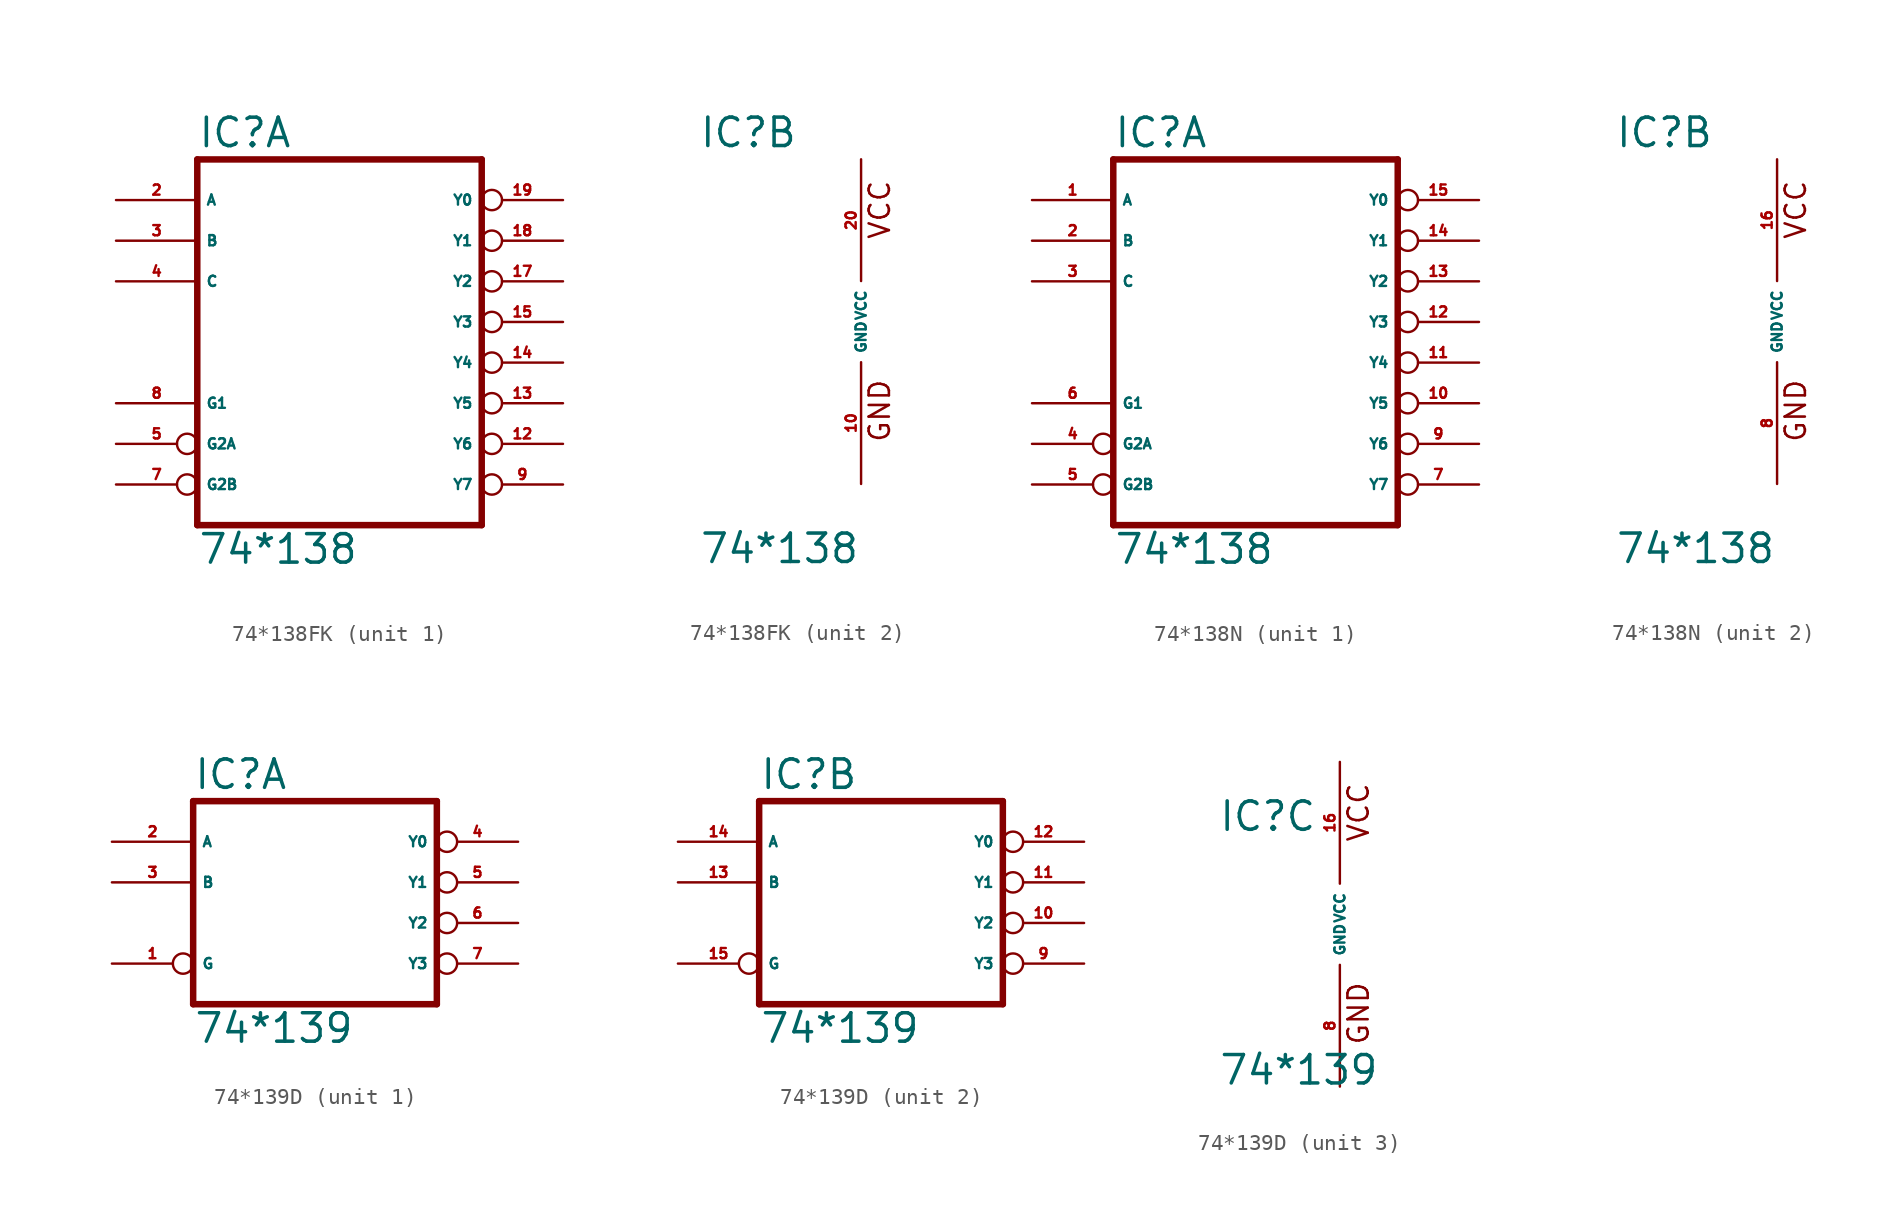
<source format=kicad_sym>
(kicad_symbol_lib
  (version 20220914)
  (generator Eagle2Kicad)
  (symbol "74*138FK"
    (property "Reference" "IC"
      (at -10.16 10.795 0)
      (effects (font (size 1.778 1.778) (thickness 0.22)) (justify left bottom)))
    (property "Value" "74*138"
      (at -10.16 -15.24 0)
      (effects (font (size 1.778 1.778) (thickness 0.22)) (justify left bottom)))
    (symbol "74*138FK_1_0"
      (polyline (pts (xy -10.16 -12.7) (xy 7.62 -12.7)) (stroke (width 0.406) (type default)) (fill (type none)))
      (polyline (pts (xy 7.62 -12.7) (xy 7.62 10.16)) (stroke (width 0.406) (type default)) (fill (type none)))
      (polyline (pts (xy 7.62 10.16) (xy -10.16 10.16)) (stroke (width 0.406) (type default)) (fill (type none)))
      (polyline (pts (xy -10.16 10.16) (xy -10.16 -12.7)) (stroke (width 0.406) (type default)) (fill (type none)))
      (pin input line (at -15.24 7.62 0) (length 5.08) (name "A" (effects (font (size 0.635 0.635) (thickness 0.08)) (justify left bottom))) (number "2" (effects (font (size 0.635 0.635) (thickness 0.08)) (justify left bottom))))
      (pin input line (at -15.24 5.08 0) (length 5.08) (name "B" (effects (font (size 0.635 0.635) (thickness 0.08)) (justify left bottom))) (number "3" (effects (font (size 0.635 0.635) (thickness 0.08)) (justify left bottom))))
      (pin input line (at -15.24 2.54 0) (length 5.08) (name "C" (effects (font (size 0.635 0.635) (thickness 0.08)) (justify left bottom))) (number "4" (effects (font (size 0.635 0.635) (thickness 0.08)) (justify left bottom))))
      (pin input inverted (at -15.24 -7.62 0) (length 5.08) (name "G2A" (effects (font (size 0.635 0.635) (thickness 0.08)) (justify left bottom))) (number "5" (effects (font (size 0.635 0.635) (thickness 0.08)) (justify left bottom))))
      (pin input inverted (at -15.24 -10.16 0) (length 5.08) (name "G2B" (effects (font (size 0.635 0.635) (thickness 0.08)) (justify left bottom))) (number "7" (effects (font (size 0.635 0.635) (thickness 0.08)) (justify left bottom))))
      (pin input line (at -15.24 -5.08 0) (length 5.08) (name "G1" (effects (font (size 0.635 0.635) (thickness 0.08)) (justify left bottom))) (number "8" (effects (font (size 0.635 0.635) (thickness 0.08)) (justify left bottom))))
      (pin output inverted (at 12.7 -10.16 180) (length 5.08) (name "Y7" (effects (font (size 0.635 0.635) (thickness 0.08)) (justify left bottom))) (number "9" (effects (font (size 0.635 0.635) (thickness 0.08)) (justify left bottom))))
      (pin output inverted (at 12.7 -7.62 180) (length 5.08) (name "Y6" (effects (font (size 0.635 0.635) (thickness 0.08)) (justify left bottom))) (number "12" (effects (font (size 0.635 0.635) (thickness 0.08)) (justify left bottom))))
      (pin output inverted (at 12.7 -5.08 180) (length 5.08) (name "Y5" (effects (font (size 0.635 0.635) (thickness 0.08)) (justify left bottom))) (number "13" (effects (font (size 0.635 0.635) (thickness 0.08)) (justify left bottom))))
      (pin output inverted (at 12.7 -2.54 180) (length 5.08) (name "Y4" (effects (font (size 0.635 0.635) (thickness 0.08)) (justify left bottom))) (number "14" (effects (font (size 0.635 0.635) (thickness 0.08)) (justify left bottom))))
      (pin output inverted (at 12.7 0 180) (length 5.08) (name "Y3" (effects (font (size 0.635 0.635) (thickness 0.08)) (justify left bottom))) (number "15" (effects (font (size 0.635 0.635) (thickness 0.08)) (justify left bottom))))
      (pin output inverted (at 12.7 2.54 180) (length 5.08) (name "Y2" (effects (font (size 0.635 0.635) (thickness 0.08)) (justify left bottom))) (number "17" (effects (font (size 0.635 0.635) (thickness 0.08)) (justify left bottom))))
      (pin output inverted (at 12.7 5.08 180) (length 5.08) (name "Y1" (effects (font (size 0.635 0.635) (thickness 0.08)) (justify left bottom))) (number "18" (effects (font (size 0.635 0.635) (thickness 0.08)) (justify left bottom))))
      (pin output inverted (at 12.7 7.62 180) (length 5.08) (name "Y0" (effects (font (size 0.635 0.635) (thickness 0.08)) (justify left bottom))) (number "19" (effects (font (size 0.635 0.635) (thickness 0.08)) (justify left bottom)))))
    (symbol "74*138FK_2_0"
      (text "GND" (at 1.905 -7.62 900) (effects (font (size 1.27 1.27) (thickness 0.16)) (justify left bottom)))
      (text "VCC" (at 1.905 5.08 900) (effects (font (size 1.27 1.27) (thickness 0.16)) (justify left bottom)))
      (pin unspecified line (at 0 -10.16 90) (length 7.62) (name "GND" (effects (font (size 0.635 0.635) (thickness 0.08)) (justify left bottom))) (number "10" (effects (font (size 0.635 0.635) (thickness 0.08)) (justify left bottom))))
      (pin unspecified line (at 0 10.16 270) (length 7.62) (name "VCC" (effects (font (size 0.635 0.635) (thickness 0.08)) (justify left bottom))) (number "20" (effects (font (size 0.635 0.635) (thickness 0.08)) (justify left bottom))))))
  (symbol "74*138N"
    (property "Reference" "IC"
      (at -10.16 10.795 0)
      (effects (font (size 1.778 1.778) (thickness 0.22)) (justify left bottom)))
    (property "Value" "74*138"
      (at -10.16 -15.24 0)
      (effects (font (size 1.778 1.778) (thickness 0.22)) (justify left bottom)))
    (symbol "74*138N_1_0"
      (polyline (pts (xy -10.16 -12.7) (xy 7.62 -12.7)) (stroke (width 0.406) (type default)) (fill (type none)))
      (polyline (pts (xy 7.62 -12.7) (xy 7.62 10.16)) (stroke (width 0.406) (type default)) (fill (type none)))
      (polyline (pts (xy 7.62 10.16) (xy -10.16 10.16)) (stroke (width 0.406) (type default)) (fill (type none)))
      (polyline (pts (xy -10.16 10.16) (xy -10.16 -12.7)) (stroke (width 0.406) (type default)) (fill (type none)))
      (pin input line (at -15.24 7.62 0) (length 5.08) (name "A" (effects (font (size 0.635 0.635) (thickness 0.08)) (justify left bottom))) (number "1" (effects (font (size 0.635 0.635) (thickness 0.08)) (justify left bottom))))
      (pin input line (at -15.24 5.08 0) (length 5.08) (name "B" (effects (font (size 0.635 0.635) (thickness 0.08)) (justify left bottom))) (number "2" (effects (font (size 0.635 0.635) (thickness 0.08)) (justify left bottom))))
      (pin input line (at -15.24 2.54 0) (length 5.08) (name "C" (effects (font (size 0.635 0.635) (thickness 0.08)) (justify left bottom))) (number "3" (effects (font (size 0.635 0.635) (thickness 0.08)) (justify left bottom))))
      (pin input inverted (at -15.24 -7.62 0) (length 5.08) (name "G2A" (effects (font (size 0.635 0.635) (thickness 0.08)) (justify left bottom))) (number "4" (effects (font (size 0.635 0.635) (thickness 0.08)) (justify left bottom))))
      (pin input inverted (at -15.24 -10.16 0) (length 5.08) (name "G2B" (effects (font (size 0.635 0.635) (thickness 0.08)) (justify left bottom))) (number "5" (effects (font (size 0.635 0.635) (thickness 0.08)) (justify left bottom))))
      (pin input line (at -15.24 -5.08 0) (length 5.08) (name "G1" (effects (font (size 0.635 0.635) (thickness 0.08)) (justify left bottom))) (number "6" (effects (font (size 0.635 0.635) (thickness 0.08)) (justify left bottom))))
      (pin output inverted (at 12.7 -10.16 180) (length 5.08) (name "Y7" (effects (font (size 0.635 0.635) (thickness 0.08)) (justify left bottom))) (number "7" (effects (font (size 0.635 0.635) (thickness 0.08)) (justify left bottom))))
      (pin output inverted (at 12.7 -7.62 180) (length 5.08) (name "Y6" (effects (font (size 0.635 0.635) (thickness 0.08)) (justify left bottom))) (number "9" (effects (font (size 0.635 0.635) (thickness 0.08)) (justify left bottom))))
      (pin output inverted (at 12.7 -5.08 180) (length 5.08) (name "Y5" (effects (font (size 0.635 0.635) (thickness 0.08)) (justify left bottom))) (number "10" (effects (font (size 0.635 0.635) (thickness 0.08)) (justify left bottom))))
      (pin output inverted (at 12.7 -2.54 180) (length 5.08) (name "Y4" (effects (font (size 0.635 0.635) (thickness 0.08)) (justify left bottom))) (number "11" (effects (font (size 0.635 0.635) (thickness 0.08)) (justify left bottom))))
      (pin output inverted (at 12.7 0 180) (length 5.08) (name "Y3" (effects (font (size 0.635 0.635) (thickness 0.08)) (justify left bottom))) (number "12" (effects (font (size 0.635 0.635) (thickness 0.08)) (justify left bottom))))
      (pin output inverted (at 12.7 2.54 180) (length 5.08) (name "Y2" (effects (font (size 0.635 0.635) (thickness 0.08)) (justify left bottom))) (number "13" (effects (font (size 0.635 0.635) (thickness 0.08)) (justify left bottom))))
      (pin output inverted (at 12.7 5.08 180) (length 5.08) (name "Y1" (effects (font (size 0.635 0.635) (thickness 0.08)) (justify left bottom))) (number "14" (effects (font (size 0.635 0.635) (thickness 0.08)) (justify left bottom))))
      (pin output inverted (at 12.7 7.62 180) (length 5.08) (name "Y0" (effects (font (size 0.635 0.635) (thickness 0.08)) (justify left bottom))) (number "15" (effects (font (size 0.635 0.635) (thickness 0.08)) (justify left bottom)))))
    (symbol "74*138N_2_0"
      (text "GND" (at 1.905 -7.62 900) (effects (font (size 1.27 1.27) (thickness 0.16)) (justify left bottom)))
      (text "VCC" (at 1.905 5.08 900) (effects (font (size 1.27 1.27) (thickness 0.16)) (justify left bottom)))
      (pin unspecified line (at 0 -10.16 90) (length 7.62) (name "GND" (effects (font (size 0.635 0.635) (thickness 0.08)) (justify left bottom))) (number "8" (effects (font (size 0.635 0.635) (thickness 0.08)) (justify left bottom))))
      (pin unspecified line (at 0 10.16 270) (length 7.62) (name "VCC" (effects (font (size 0.635 0.635) (thickness 0.08)) (justify left bottom))) (number "16" (effects (font (size 0.635 0.635) (thickness 0.08)) (justify left bottom))))))
  (symbol "74*139D"
    (property "Reference" "IC"
      (at -7.62 5.715 0)
      (effects (font (size 1.778 1.778) (thickness 0.22)) (justify left bottom)))
    (property "Value" "74*139"
      (at -7.62 -10.16 0)
      (effects (font (size 1.778 1.778) (thickness 0.22)) (justify left bottom)))
    (symbol "74*139D_1_0"
      (polyline (pts (xy -7.62 -7.62) (xy 7.62 -7.62)) (stroke (width 0.406) (type default)) (fill (type none)))
      (polyline (pts (xy 7.62 -7.62) (xy 7.62 5.08)) (stroke (width 0.406) (type default)) (fill (type none)))
      (polyline (pts (xy 7.62 5.08) (xy -7.62 5.08)) (stroke (width 0.406) (type default)) (fill (type none)))
      (polyline (pts (xy -7.62 5.08) (xy -7.62 -7.62)) (stroke (width 0.406) (type default)) (fill (type none)))
      (pin input inverted (at -12.7 -5.08 0) (length 5.08) (name "G" (effects (font (size 0.635 0.635) (thickness 0.08)) (justify left bottom))) (number "1" (effects (font (size 0.635 0.635) (thickness 0.08)) (justify left bottom))))
      (pin input line (at -12.7 2.54 0) (length 5.08) (name "A" (effects (font (size 0.635 0.635) (thickness 0.08)) (justify left bottom))) (number "2" (effects (font (size 0.635 0.635) (thickness 0.08)) (justify left bottom))))
      (pin input line (at -12.7 0 0) (length 5.08) (name "B" (effects (font (size 0.635 0.635) (thickness 0.08)) (justify left bottom))) (number "3" (effects (font (size 0.635 0.635) (thickness 0.08)) (justify left bottom))))
      (pin output inverted (at 12.7 2.54 180) (length 5.08) (name "Y0" (effects (font (size 0.635 0.635) (thickness 0.08)) (justify left bottom))) (number "4" (effects (font (size 0.635 0.635) (thickness 0.08)) (justify left bottom))))
      (pin output inverted (at 12.7 0 180) (length 5.08) (name "Y1" (effects (font (size 0.635 0.635) (thickness 0.08)) (justify left bottom))) (number "5" (effects (font (size 0.635 0.635) (thickness 0.08)) (justify left bottom))))
      (pin output inverted (at 12.7 -2.54 180) (length 5.08) (name "Y2" (effects (font (size 0.635 0.635) (thickness 0.08)) (justify left bottom))) (number "6" (effects (font (size 0.635 0.635) (thickness 0.08)) (justify left bottom))))
      (pin output inverted (at 12.7 -5.08 180) (length 5.08) (name "Y3" (effects (font (size 0.635 0.635) (thickness 0.08)) (justify left bottom))) (number "7" (effects (font (size 0.635 0.635) (thickness 0.08)) (justify left bottom)))))
    (symbol "74*139D_2_0"
      (polyline (pts (xy -7.62 -7.62) (xy 7.62 -7.62)) (stroke (width 0.406) (type default)) (fill (type none)))
      (polyline (pts (xy 7.62 -7.62) (xy 7.62 5.08)) (stroke (width 0.406) (type default)) (fill (type none)))
      (polyline (pts (xy 7.62 5.08) (xy -7.62 5.08)) (stroke (width 0.406) (type default)) (fill (type none)))
      (polyline (pts (xy -7.62 5.08) (xy -7.62 -7.62)) (stroke (width 0.406) (type default)) (fill (type none)))
      (pin input inverted (at -12.7 -5.08 0) (length 5.08) (name "G" (effects (font (size 0.635 0.635) (thickness 0.08)) (justify left bottom))) (number "15" (effects (font (size 0.635 0.635) (thickness 0.08)) (justify left bottom))))
      (pin input line (at -12.7 2.54 0) (length 5.08) (name "A" (effects (font (size 0.635 0.635) (thickness 0.08)) (justify left bottom))) (number "14" (effects (font (size 0.635 0.635) (thickness 0.08)) (justify left bottom))))
      (pin input line (at -12.7 0 0) (length 5.08) (name "B" (effects (font (size 0.635 0.635) (thickness 0.08)) (justify left bottom))) (number "13" (effects (font (size 0.635 0.635) (thickness 0.08)) (justify left bottom))))
      (pin output inverted (at 12.7 2.54 180) (length 5.08) (name "Y0" (effects (font (size 0.635 0.635) (thickness 0.08)) (justify left bottom))) (number "12" (effects (font (size 0.635 0.635) (thickness 0.08)) (justify left bottom))))
      (pin output inverted (at 12.7 0 180) (length 5.08) (name "Y1" (effects (font (size 0.635 0.635) (thickness 0.08)) (justify left bottom))) (number "11" (effects (font (size 0.635 0.635) (thickness 0.08)) (justify left bottom))))
      (pin output inverted (at 12.7 -2.54 180) (length 5.08) (name "Y2" (effects (font (size 0.635 0.635) (thickness 0.08)) (justify left bottom))) (number "10" (effects (font (size 0.635 0.635) (thickness 0.08)) (justify left bottom))))
      (pin output inverted (at 12.7 -5.08 180) (length 5.08) (name "Y3" (effects (font (size 0.635 0.635) (thickness 0.08)) (justify left bottom))) (number "9" (effects (font (size 0.635 0.635) (thickness 0.08)) (justify left bottom)))))
    (symbol "74*139D_3_0"
      (text "GND" (at 1.905 -7.62 900) (effects (font (size 1.27 1.27) (thickness 0.16)) (justify left bottom)))
      (text "VCC" (at 1.905 5.08 900) (effects (font (size 1.27 1.27) (thickness 0.16)) (justify left bottom)))
      (pin unspecified line (at 0 -10.16 90) (length 7.62) (name "GND" (effects (font (size 0.635 0.635) (thickness 0.08)) (justify left bottom))) (number "8" (effects (font (size 0.635 0.635) (thickness 0.08)) (justify left bottom))))
      (pin unspecified line (at 0 10.16 270) (length 7.62) (name "VCC" (effects (font (size 0.635 0.635) (thickness 0.08)) (justify left bottom))) (number "16" (effects (font (size 0.635 0.635) (thickness 0.08)) (justify left bottom)))))))
</source>
